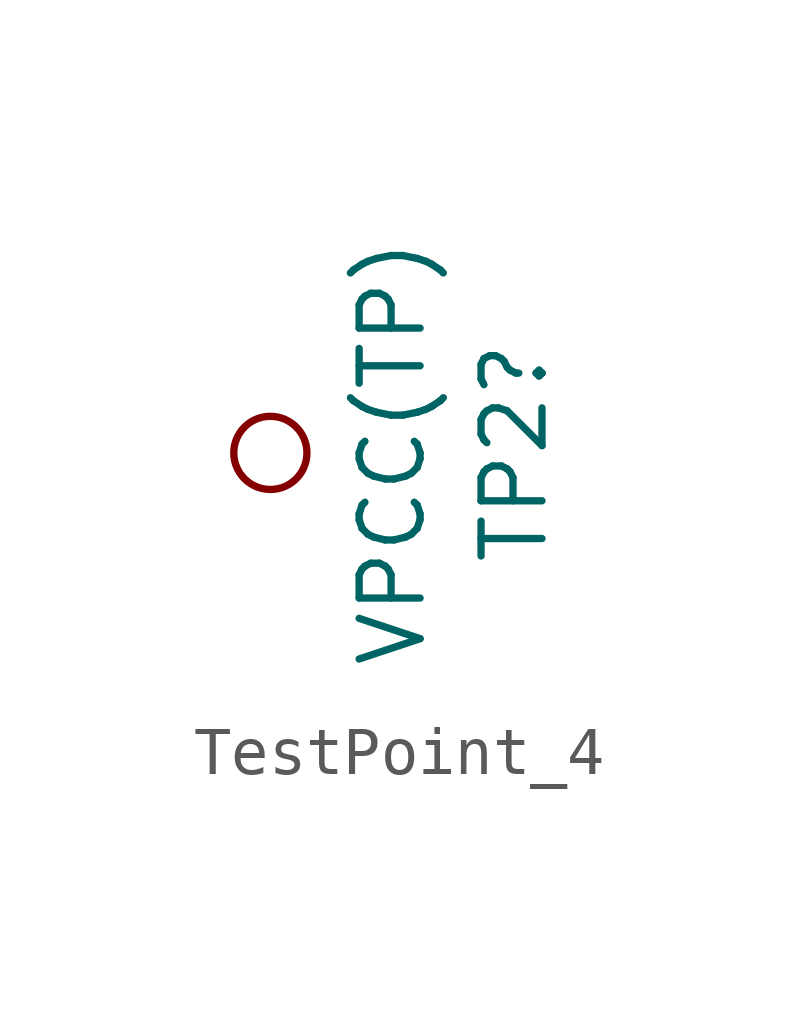
<source format=kicad_sym>
(kicad_symbol_lib
  (version 20220914)
  (generator kicad_symbol_editor)
  (symbol "TestPoint_4"
    (pin_numbers hide)
    (pin_names
      (offset 0.762) hide)
    (property "Reference" "TP2"
      (at 5.08 3.302 90)
      (effects (font (size 1.27 1.27))))
    (property "Value" "VPCC(TP)"
      (at 2.54 3.302 90)
      (effects (font (size 1.27 1.27))))
    (property "LCSC" ""
      (at 0 0 0)
      (effects (font (size 1.27 1.27))))
    (symbol "TestPoint_4_0_1"
      (circle (center 0 3.302) (radius 0.762) (stroke (width 0) (type default)) (fill (type none))))
    (symbol "TestPoint_4_1_1"
      (pin passive line (at 0 0 90) (length 2.54) hide (name "1" (effects (font (size 1.27 1.27)))) (number "P$1" (effects (font (size 1.27 1.27))))))))
</source>
